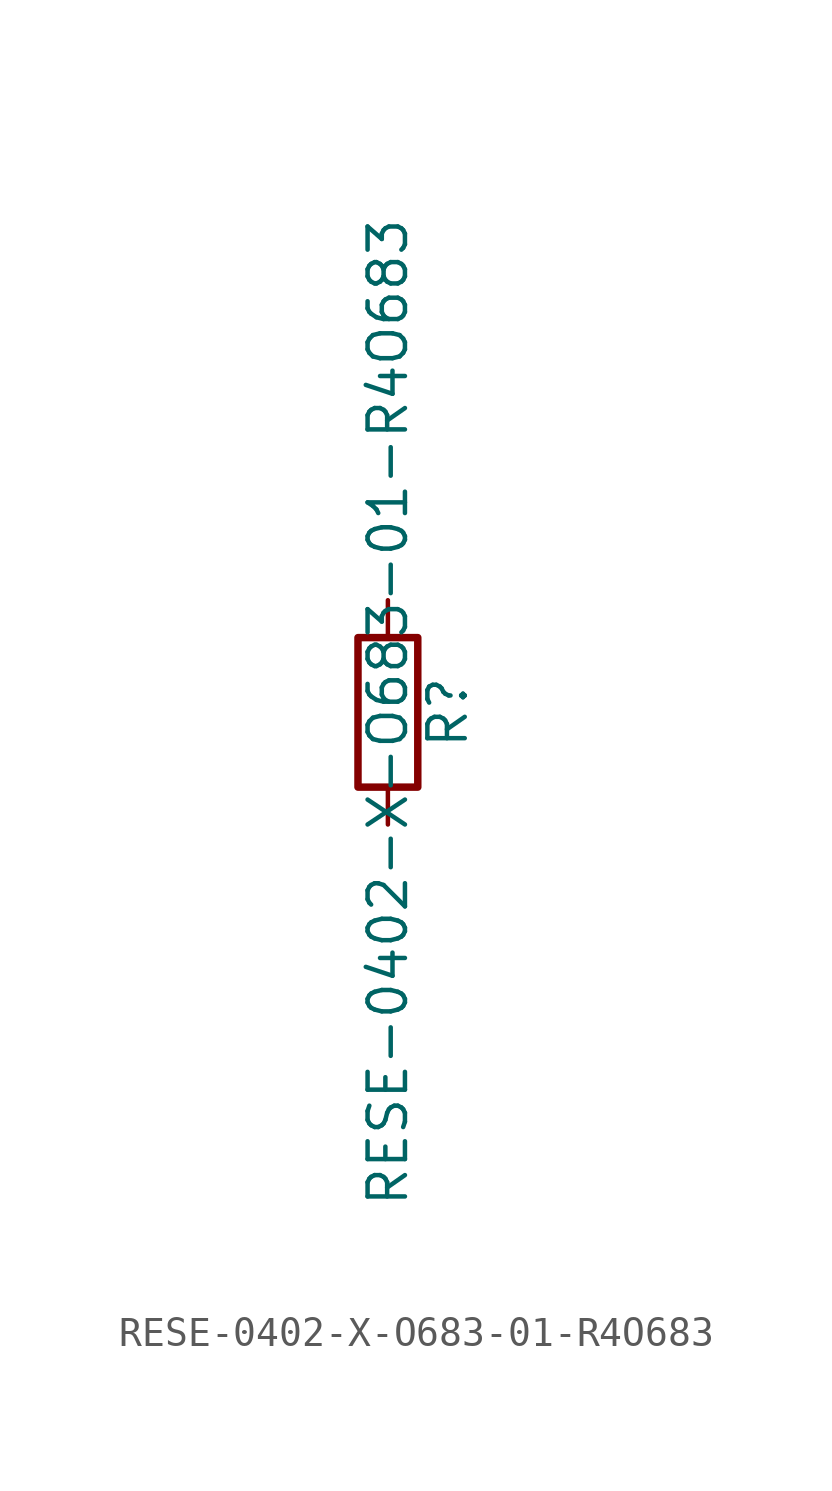
<source format=kicad_sym>
(kicad_symbol_lib
  (version 20211014)
  (generator kicad_symbol_editor)
  (symbol "RESE-0402-X-O683-01-R4O683"
    (pin_numbers hide)
    (pin_names
      (offset 0))
    (property "Reference" "R"
      (at 2.032 0 90)
      (effects (font (size 1.27 1.27))))
    (property "Value" "RESE-0402-X-O683-01-R4O683"
      (at 0 0 90)
      (effects (font (size 1.27 1.27))))
    (symbol "RESE-0402-X-O683-01-R4O683_0_1"
      (rectangle (start -1.016 -2.54) (end 1.016 2.54) (stroke (width 0.254) (type default) (color 0 0 0 0)) (fill (type none))))
    (symbol "RESE-0402-X-O683-01-R4O683_1_1"
      (pin passive line (at 0 3.81 270) (length 1.27) (name "~" (effects (font (size 1.27 1.27)))) (number "1" (effects (font (size 1.27 1.27)))))
      (pin passive line (at 0 -3.81 90) (length 1.27) (name "~" (effects (font (size 1.27 1.27)))) (number "2" (effects (font (size 1.27 1.27))))))))
</source>
